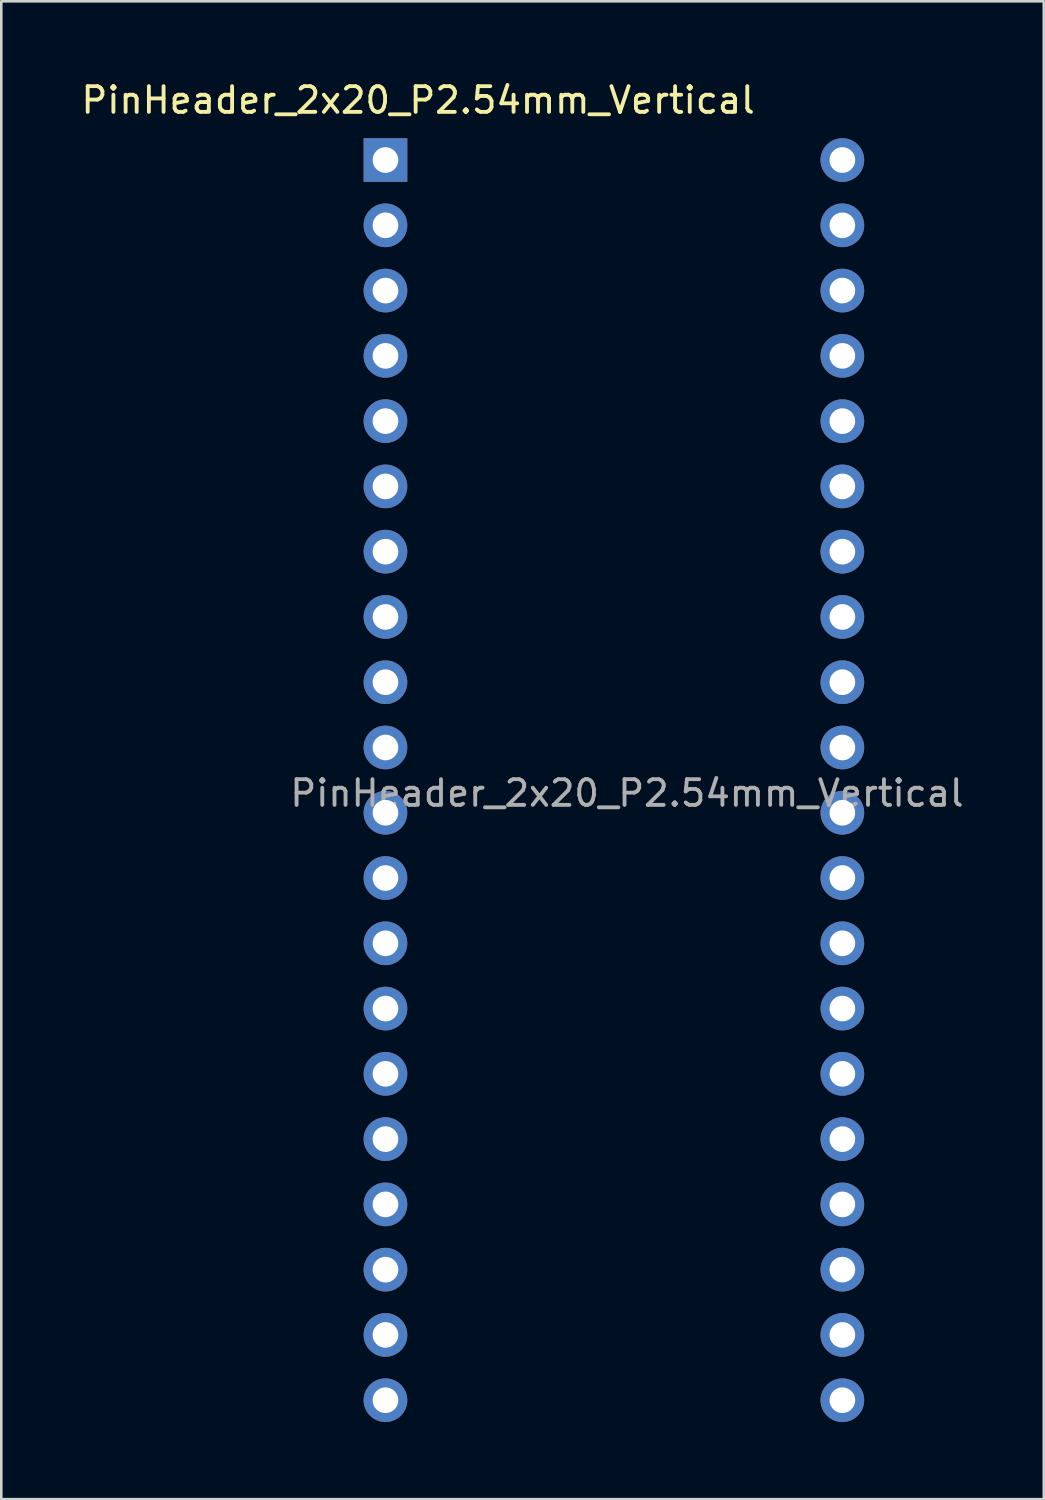
<source format=kicad_pcb>
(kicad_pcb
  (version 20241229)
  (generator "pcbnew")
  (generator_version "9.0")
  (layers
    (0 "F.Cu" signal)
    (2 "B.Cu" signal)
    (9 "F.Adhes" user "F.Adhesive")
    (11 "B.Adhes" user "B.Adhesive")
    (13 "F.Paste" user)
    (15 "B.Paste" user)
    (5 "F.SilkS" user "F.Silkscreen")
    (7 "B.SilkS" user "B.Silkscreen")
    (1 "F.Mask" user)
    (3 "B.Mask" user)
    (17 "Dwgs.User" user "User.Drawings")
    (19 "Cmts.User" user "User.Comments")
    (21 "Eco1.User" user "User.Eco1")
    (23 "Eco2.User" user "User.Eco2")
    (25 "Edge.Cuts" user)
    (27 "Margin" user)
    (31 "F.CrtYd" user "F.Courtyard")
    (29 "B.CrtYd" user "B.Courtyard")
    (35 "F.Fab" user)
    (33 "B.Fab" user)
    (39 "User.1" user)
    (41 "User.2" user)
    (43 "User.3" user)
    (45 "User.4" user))
  (footprint "PinHeader_2x20_P2.54mm_Vertical"
    (layer "F.Cu")
    (at 20.84 3.178)
    (property "Reference" "PinHeader_2x20_P2.54mm_Vertical" (at -7.62 -2.33 0) (layer "F.SilkS") (effects (font (size 1 1) (thickness 0.15))))
    (attr through_hole)
    (fp_text user "${REFERENCE}" (at 0.508 24.638 180) (layer "F.Fab") (effects (font (size 1 1) (thickness 0.15))))
    (pad "1" thru_hole rect (at -8.89 0) (size 1.7 1.7) (drill 1) (layers "*.Cu" "*.Mask"))
    (pad "2" thru_hole oval (at -8.89 2.54) (size 1.7 1.7) (drill 1) (layers "*.Cu" "*.Mask"))
    (pad "3" thru_hole oval (at -8.89 5.08) (size 1.7 1.7) (drill 1) (layers "*.Cu" "*.Mask"))
    (pad "4" thru_hole oval (at -8.89 7.62) (size 1.7 1.7) (drill 1) (layers "*.Cu" "*.Mask"))
    (pad "5" thru_hole oval (at -8.89 10.16) (size 1.7 1.7) (drill 1) (layers "*.Cu" "*.Mask"))
    (pad "6" thru_hole oval (at -8.89 12.7) (size 1.7 1.7) (drill 1) (layers "*.Cu" "*.Mask"))
    (pad "7" thru_hole oval (at -8.89 15.24) (size 1.7 1.7) (drill 1) (layers "*.Cu" "*.Mask"))
    (pad "8" thru_hole oval (at -8.89 17.78) (size 1.7 1.7) (drill 1) (layers "*.Cu" "*.Mask"))
    (pad "9" thru_hole oval (at -8.89 20.32) (size 1.7 1.7) (drill 1) (layers "*.Cu" "*.Mask"))
    (pad "10" thru_hole oval (at -8.89 22.86) (size 1.7 1.7) (drill 1) (layers "*.Cu" "*.Mask"))
    (pad "11" thru_hole oval (at -8.89 25.4) (size 1.7 1.7) (drill 1) (layers "*.Cu" "*.Mask"))
    (pad "12" thru_hole oval (at -8.89 27.94) (size 1.7 1.7) (drill 1) (layers "*.Cu" "*.Mask"))
    (pad "13" thru_hole oval (at -8.89 30.48) (size 1.7 1.7) (drill 1) (layers "*.Cu" "*.Mask"))
    (pad "14" thru_hole oval (at -8.89 33.02) (size 1.7 1.7) (drill 1) (layers "*.Cu" "*.Mask"))
    (pad "15" thru_hole oval (at -8.89 35.56) (size 1.7 1.7) (drill 1) (layers "*.Cu" "*.Mask"))
    (pad "16" thru_hole oval (at -8.89 38.1) (size 1.7 1.7) (drill 1) (layers "*.Cu" "*.Mask"))
    (pad "17" thru_hole oval (at -8.89 40.64) (size 1.7 1.7) (drill 1) (layers "*.Cu" "*.Mask"))
    (pad "18" thru_hole oval (at -8.89 43.18) (size 1.7 1.7) (drill 1) (layers "*.Cu" "*.Mask"))
    (pad "19" thru_hole oval (at -8.89 45.72) (size 1.7 1.7) (drill 1) (layers "*.Cu" "*.Mask"))
    (pad "20" thru_hole oval (at -8.89 48.26) (size 1.7 1.7) (drill 1) (layers "*.Cu" "*.Mask"))
    (pad "21" thru_hole oval (at 8.89 48.26) (size 1.7 1.7) (drill 1) (layers "*.Cu" "*.Mask"))
    (pad "22" thru_hole oval (at 8.89 45.72) (size 1.7 1.7) (drill 1) (layers "*.Cu" "*.Mask"))
    (pad "23" thru_hole oval (at 8.89 43.18) (size 1.7 1.7) (drill 1) (layers "*.Cu" "*.Mask"))
    (pad "24" thru_hole oval (at 8.89 40.64) (size 1.7 1.7) (drill 1) (layers "*.Cu" "*.Mask"))
    (pad "25" thru_hole oval (at 8.89 38.1) (size 1.7 1.7) (drill 1) (layers "*.Cu" "*.Mask"))
    (pad "26" thru_hole oval (at 8.89 35.56) (size 1.7 1.7) (drill 1) (layers "*.Cu" "*.Mask"))
    (pad "27" thru_hole oval (at 8.89 33.02) (size 1.7 1.7) (drill 1) (layers "*.Cu" "*.Mask"))
    (pad "28" thru_hole oval (at 8.89 30.48) (size 1.7 1.7) (drill 1) (layers "*.Cu" "*.Mask"))
    (pad "29" thru_hole oval (at 8.89 27.94) (size 1.7 1.7) (drill 1) (layers "*.Cu" "*.Mask"))
    (pad "30" thru_hole oval (at 8.89 25.4) (size 1.7 1.7) (drill 1) (layers "*.Cu" "*.Mask"))
    (pad "31" thru_hole oval (at 8.89 22.86) (size 1.7 1.7) (drill 1) (layers "*.Cu" "*.Mask"))
    (pad "32" thru_hole oval (at 8.89 20.32) (size 1.7 1.7) (drill 1) (layers "*.Cu" "*.Mask"))
    (pad "33" thru_hole oval (at 8.89 17.78) (size 1.7 1.7) (drill 1) (layers "*.Cu" "*.Mask"))
    (pad "34" thru_hole oval (at 8.89 15.24) (size 1.7 1.7) (drill 1) (layers "*.Cu" "*.Mask"))
    (pad "35" thru_hole oval (at 8.89 12.7) (size 1.7 1.7) (drill 1) (layers "*.Cu" "*.Mask"))
    (pad "36" thru_hole oval (at 8.89 10.16) (size 1.7 1.7) (drill 1) (layers "*.Cu" "*.Mask"))
    (pad "37" thru_hole oval (at 8.89 7.62) (size 1.7 1.7) (drill 1) (layers "*.Cu" "*.Mask"))
    (pad "38" thru_hole oval (at 8.89 5.08) (size 1.7 1.7) (drill 1) (layers "*.Cu" "*.Mask"))
    (pad "39" thru_hole oval (at 8.89 2.54) (size 1.7 1.7) (drill 1) (layers "*.Cu" "*.Mask"))
    (pad "40" thru_hole oval (at 8.89 0) (size 1.7 1.7) (drill 1) (layers "*.Cu" "*.Mask")))
  (gr_rect
    (start -3 -3)
    (end 37.568 55.288)
    (stroke (width 0.1) (type default))
    (fill no)
    (layer "Edge.Cuts")))
</source>
